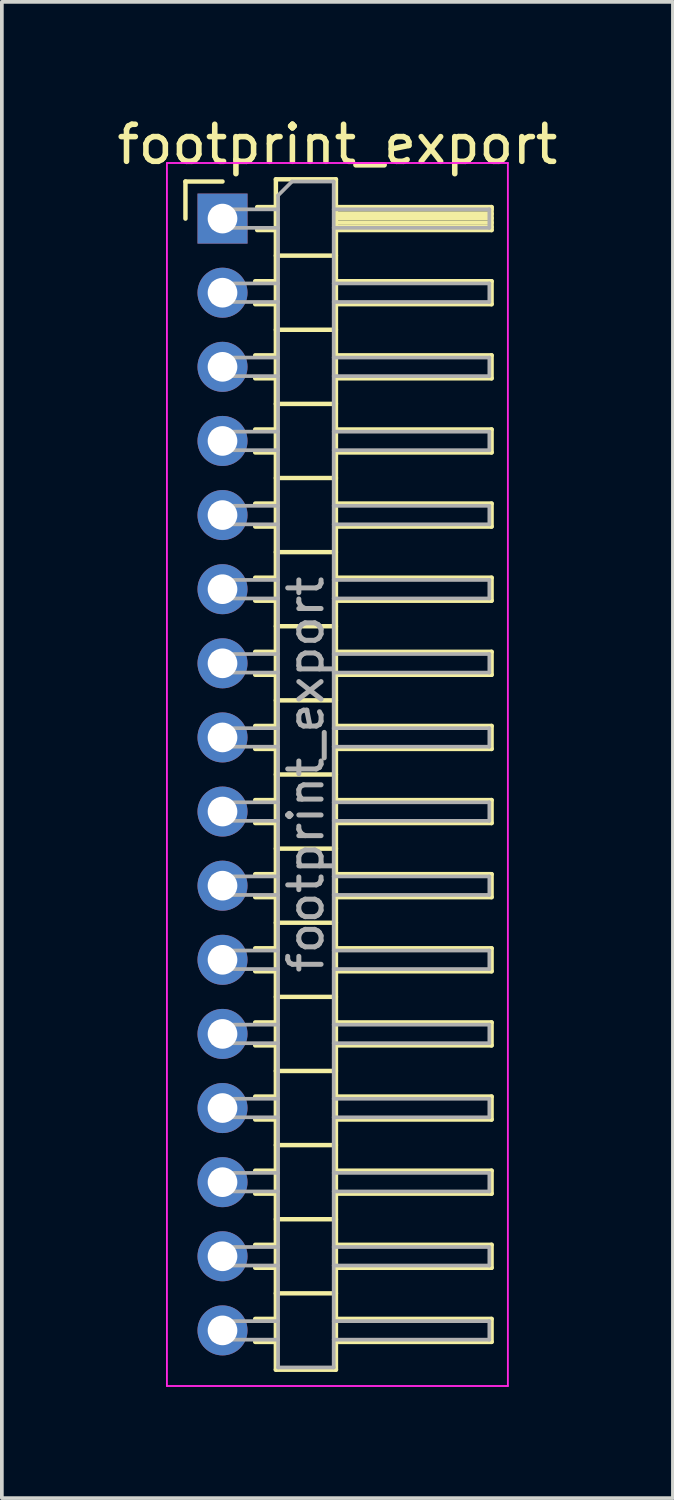
<source format=kicad_pcb>
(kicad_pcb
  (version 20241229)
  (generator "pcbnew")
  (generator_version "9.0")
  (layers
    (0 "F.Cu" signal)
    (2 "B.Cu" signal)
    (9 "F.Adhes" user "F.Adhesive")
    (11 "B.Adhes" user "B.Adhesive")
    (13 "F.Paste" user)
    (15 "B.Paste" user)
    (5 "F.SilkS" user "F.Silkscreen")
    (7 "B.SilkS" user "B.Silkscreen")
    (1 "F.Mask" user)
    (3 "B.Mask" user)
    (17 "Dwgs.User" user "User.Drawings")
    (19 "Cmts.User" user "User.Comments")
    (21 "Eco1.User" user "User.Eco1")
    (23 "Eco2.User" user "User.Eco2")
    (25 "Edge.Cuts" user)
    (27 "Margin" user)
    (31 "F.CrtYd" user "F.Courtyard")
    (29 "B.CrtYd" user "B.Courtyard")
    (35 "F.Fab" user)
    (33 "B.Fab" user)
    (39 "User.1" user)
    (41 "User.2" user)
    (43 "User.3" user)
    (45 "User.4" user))
  (footprint "footprint_export"
    (layer "F.Cu")
    (at 2.954 2.848)
    (property "Reference" "footprint_export" (at 3.1 -2 0) (layer "F.SilkS") (effects (font (size 1 1) (thickness 0.15))))
    (attr through_hole)
    (fp_line (start -1 -1) (end 0 -1) (stroke (width 0.12) (type solid)) (layer "F.SilkS"))
    (fp_line (start -1 0) (end -1 -1) (stroke (width 0.12) (type solid)) (layer "F.SilkS"))
    (fp_line (start 0.882 1.69) (end 1.44 1.69) (stroke (width 0.12) (type solid)) (layer "F.SilkS"))
    (fp_line (start 0.882 2.31) (end 1.44 2.31) (stroke (width 0.12) (type solid)) (layer "F.SilkS"))
    (fp_line (start 0.882 3.69) (end 1.44 3.69) (stroke (width 0.12) (type solid)) (layer "F.SilkS"))
    (fp_line (start 0.882 4.31) (end 1.44 4.31) (stroke (width 0.12) (type solid)) (layer "F.SilkS"))
    (fp_line (start 0.882 5.69) (end 1.44 5.69) (stroke (width 0.12) (type solid)) (layer "F.SilkS"))
    (fp_line (start 0.882 6.31) (end 1.44 6.31) (stroke (width 0.12) (type solid)) (layer "F.SilkS"))
    (fp_line (start 0.882 7.69) (end 1.44 7.69) (stroke (width 0.12) (type solid)) (layer "F.SilkS"))
    (fp_line (start 0.882 8.31) (end 1.44 8.31) (stroke (width 0.12) (type solid)) (layer "F.SilkS"))
    (fp_line (start 0.882 9.69) (end 1.44 9.69) (stroke (width 0.12) (type solid)) (layer "F.SilkS"))
    (fp_line (start 0.882 10.31) (end 1.44 10.31) (stroke (width 0.12) (type solid)) (layer "F.SilkS"))
    (fp_line (start 0.882 11.69) (end 1.44 11.69) (stroke (width 0.12) (type solid)) (layer "F.SilkS"))
    (fp_line (start 0.882 12.31) (end 1.44 12.31) (stroke (width 0.12) (type solid)) (layer "F.SilkS"))
    (fp_line (start 0.882 13.69) (end 1.44 13.69) (stroke (width 0.12) (type solid)) (layer "F.SilkS"))
    (fp_line (start 0.882 14.31) (end 1.44 14.31) (stroke (width 0.12) (type solid)) (layer "F.SilkS"))
    (fp_line (start 0.882 15.69) (end 1.44 15.69) (stroke (width 0.12) (type solid)) (layer "F.SilkS"))
    (fp_line (start 0.882 16.31) (end 1.44 16.31) (stroke (width 0.12) (type solid)) (layer "F.SilkS"))
    (fp_line (start 0.882 17.69) (end 1.44 17.69) (stroke (width 0.12) (type solid)) (layer "F.SilkS"))
    (fp_line (start 0.882 18.31) (end 1.44 18.31) (stroke (width 0.12) (type solid)) (layer "F.SilkS"))
    (fp_line (start 0.882 19.69) (end 1.44 19.69) (stroke (width 0.12) (type solid)) (layer "F.SilkS"))
    (fp_line (start 0.882 20.31) (end 1.44 20.31) (stroke (width 0.12) (type solid)) (layer "F.SilkS"))
    (fp_line (start 0.882 21.69) (end 1.44 21.69) (stroke (width 0.12) (type solid)) (layer "F.SilkS"))
    (fp_line (start 0.882 22.31) (end 1.44 22.31) (stroke (width 0.12) (type solid)) (layer "F.SilkS"))
    (fp_line (start 0.882 23.69) (end 1.44 23.69) (stroke (width 0.12) (type solid)) (layer "F.SilkS"))
    (fp_line (start 0.882 24.31) (end 1.44 24.31) (stroke (width 0.12) (type solid)) (layer "F.SilkS"))
    (fp_line (start 0.882 25.69) (end 1.44 25.69) (stroke (width 0.12) (type solid)) (layer "F.SilkS"))
    (fp_line (start 0.882 26.31) (end 1.44 26.31) (stroke (width 0.12) (type solid)) (layer "F.SilkS"))
    (fp_line (start 0.882 27.69) (end 1.44 27.69) (stroke (width 0.12) (type solid)) (layer "F.SilkS"))
    (fp_line (start 0.882 28.31) (end 1.44 28.31) (stroke (width 0.12) (type solid)) (layer "F.SilkS"))
    (fp_line (start 0.882 29.69) (end 1.44 29.69) (stroke (width 0.12) (type solid)) (layer "F.SilkS"))
    (fp_line (start 0.882 30.31) (end 1.44 30.31) (stroke (width 0.12) (type solid)) (layer "F.SilkS"))
    (fp_line (start 0.935 -0.31) (end 1.44 -0.31) (stroke (width 0.12) (type solid)) (layer "F.SilkS"))
    (fp_line (start 0.935 0.31) (end 1.44 0.31) (stroke (width 0.12) (type solid)) (layer "F.SilkS"))
    (fp_line (start 1.44 -1.06) (end 1.44 31.06) (stroke (width 0.12) (type solid)) (layer "F.SilkS"))
    (fp_line (start 1.44 1) (end 3.06 1) (stroke (width 0.12) (type solid)) (layer "F.SilkS"))
    (fp_line (start 1.44 3) (end 3.06 3) (stroke (width 0.12) (type solid)) (layer "F.SilkS"))
    (fp_line (start 1.44 5) (end 3.06 5) (stroke (width 0.12) (type solid)) (layer "F.SilkS"))
    (fp_line (start 1.44 7) (end 3.06 7) (stroke (width 0.12) (type solid)) (layer "F.SilkS"))
    (fp_line (start 1.44 9) (end 3.06 9) (stroke (width 0.12) (type solid)) (layer "F.SilkS"))
    (fp_line (start 1.44 11) (end 3.06 11) (stroke (width 0.12) (type solid)) (layer "F.SilkS"))
    (fp_line (start 1.44 13) (end 3.06 13) (stroke (width 0.12) (type solid)) (layer "F.SilkS"))
    (fp_line (start 1.44 15) (end 3.06 15) (stroke (width 0.12) (type solid)) (layer "F.SilkS"))
    (fp_line (start 1.44 17) (end 3.06 17) (stroke (width 0.12) (type solid)) (layer "F.SilkS"))
    (fp_line (start 1.44 19) (end 3.06 19) (stroke (width 0.12) (type solid)) (layer "F.SilkS"))
    (fp_line (start 1.44 21) (end 3.06 21) (stroke (width 0.12) (type solid)) (layer "F.SilkS"))
    (fp_line (start 1.44 23) (end 3.06 23) (stroke (width 0.12) (type solid)) (layer "F.SilkS"))
    (fp_line (start 1.44 25) (end 3.06 25) (stroke (width 0.12) (type solid)) (layer "F.SilkS"))
    (fp_line (start 1.44 27) (end 3.06 27) (stroke (width 0.12) (type solid)) (layer "F.SilkS"))
    (fp_line (start 1.44 29) (end 3.06 29) (stroke (width 0.12) (type solid)) (layer "F.SilkS"))
    (fp_line (start 1.44 31.06) (end 3.06 31.06) (stroke (width 0.12) (type solid)) (layer "F.SilkS"))
    (fp_line (start 3.06 -1.06) (end 1.44 -1.06) (stroke (width 0.12) (type solid)) (layer "F.SilkS"))
    (fp_line (start 3.06 -0.31) (end 7.26 -0.31) (stroke (width 0.12) (type solid)) (layer "F.SilkS"))
    (fp_line (start 3.06 -0.25) (end 7.26 -0.25) (stroke (width 0.12) (type solid)) (layer "F.SilkS"))
    (fp_line (start 3.06 -0.13) (end 7.26 -0.13) (stroke (width 0.12) (type solid)) (layer "F.SilkS"))
    (fp_line (start 3.06 -0.01) (end 7.26 -0.01) (stroke (width 0.12) (type solid)) (layer "F.SilkS"))
    (fp_line (start 3.06 0.11) (end 7.26 0.11) (stroke (width 0.12) (type solid)) (layer "F.SilkS"))
    (fp_line (start 3.06 0.23) (end 7.26 0.23) (stroke (width 0.12) (type solid)) (layer "F.SilkS"))
    (fp_line (start 3.06 1.69) (end 7.26 1.69) (stroke (width 0.12) (type solid)) (layer "F.SilkS"))
    (fp_line (start 3.06 3.69) (end 7.26 3.69) (stroke (width 0.12) (type solid)) (layer "F.SilkS"))
    (fp_line (start 3.06 5.69) (end 7.26 5.69) (stroke (width 0.12) (type solid)) (layer "F.SilkS"))
    (fp_line (start 3.06 7.69) (end 7.26 7.69) (stroke (width 0.12) (type solid)) (layer "F.SilkS"))
    (fp_line (start 3.06 9.69) (end 7.26 9.69) (stroke (width 0.12) (type solid)) (layer "F.SilkS"))
    (fp_line (start 3.06 11.69) (end 7.26 11.69) (stroke (width 0.12) (type solid)) (layer "F.SilkS"))
    (fp_line (start 3.06 13.69) (end 7.26 13.69) (stroke (width 0.12) (type solid)) (layer "F.SilkS"))
    (fp_line (start 3.06 15.69) (end 7.26 15.69) (stroke (width 0.12) (type solid)) (layer "F.SilkS"))
    (fp_line (start 3.06 17.69) (end 7.26 17.69) (stroke (width 0.12) (type solid)) (layer "F.SilkS"))
    (fp_line (start 3.06 19.69) (end 7.26 19.69) (stroke (width 0.12) (type solid)) (layer "F.SilkS"))
    (fp_line (start 3.06 21.69) (end 7.26 21.69) (stroke (width 0.12) (type solid)) (layer "F.SilkS"))
    (fp_line (start 3.06 23.69) (end 7.26 23.69) (stroke (width 0.12) (type solid)) (layer "F.SilkS"))
    (fp_line (start 3.06 25.69) (end 7.26 25.69) (stroke (width 0.12) (type solid)) (layer "F.SilkS"))
    (fp_line (start 3.06 27.69) (end 7.26 27.69) (stroke (width 0.12) (type solid)) (layer "F.SilkS"))
    (fp_line (start 3.06 29.69) (end 7.26 29.69) (stroke (width 0.12) (type solid)) (layer "F.SilkS"))
    (fp_line (start 3.06 31.06) (end 3.06 -1.06) (stroke (width 0.12) (type solid)) (layer "F.SilkS"))
    (fp_line (start 7.26 -0.31) (end 7.26 0.31) (stroke (width 0.12) (type solid)) (layer "F.SilkS"))
    (fp_line (start 7.26 0.31) (end 3.06 0.31) (stroke (width 0.12) (type solid)) (layer "F.SilkS"))
    (fp_line (start 7.26 1.69) (end 7.26 2.31) (stroke (width 0.12) (type solid)) (layer "F.SilkS"))
    (fp_line (start 7.26 2.31) (end 3.06 2.31) (stroke (width 0.12) (type solid)) (layer "F.SilkS"))
    (fp_line (start 7.26 3.69) (end 7.26 4.31) (stroke (width 0.12) (type solid)) (layer "F.SilkS"))
    (fp_line (start 7.26 4.31) (end 3.06 4.31) (stroke (width 0.12) (type solid)) (layer "F.SilkS"))
    (fp_line (start 7.26 5.69) (end 7.26 6.31) (stroke (width 0.12) (type solid)) (layer "F.SilkS"))
    (fp_line (start 7.26 6.31) (end 3.06 6.31) (stroke (width 0.12) (type solid)) (layer "F.SilkS"))
    (fp_line (start 7.26 7.69) (end 7.26 8.31) (stroke (width 0.12) (type solid)) (layer "F.SilkS"))
    (fp_line (start 7.26 8.31) (end 3.06 8.31) (stroke (width 0.12) (type solid)) (layer "F.SilkS"))
    (fp_line (start 7.26 9.69) (end 7.26 10.31) (stroke (width 0.12) (type solid)) (layer "F.SilkS"))
    (fp_line (start 7.26 10.31) (end 3.06 10.31) (stroke (width 0.12) (type solid)) (layer "F.SilkS"))
    (fp_line (start 7.26 11.69) (end 7.26 12.31) (stroke (width 0.12) (type solid)) (layer "F.SilkS"))
    (fp_line (start 7.26 12.31) (end 3.06 12.31) (stroke (width 0.12) (type solid)) (layer "F.SilkS"))
    (fp_line (start 7.26 13.69) (end 7.26 14.31) (stroke (width 0.12) (type solid)) (layer "F.SilkS"))
    (fp_line (start 7.26 14.31) (end 3.06 14.31) (stroke (width 0.12) (type solid)) (layer "F.SilkS"))
    (fp_line (start 7.26 15.69) (end 7.26 16.31) (stroke (width 0.12) (type solid)) (layer "F.SilkS"))
    (fp_line (start 7.26 16.31) (end 3.06 16.31) (stroke (width 0.12) (type solid)) (layer "F.SilkS"))
    (fp_line (start 7.26 17.69) (end 7.26 18.31) (stroke (width 0.12) (type solid)) (layer "F.SilkS"))
    (fp_line (start 7.26 18.31) (end 3.06 18.31) (stroke (width 0.12) (type solid)) (layer "F.SilkS"))
    (fp_line (start 7.26 19.69) (end 7.26 20.31) (stroke (width 0.12) (type solid)) (layer "F.SilkS"))
    (fp_line (start 7.26 20.31) (end 3.06 20.31) (stroke (width 0.12) (type solid)) (layer "F.SilkS"))
    (fp_line (start 7.26 21.69) (end 7.26 22.31) (stroke (width 0.12) (type solid)) (layer "F.SilkS"))
    (fp_line (start 7.26 22.31) (end 3.06 22.31) (stroke (width 0.12) (type solid)) (layer "F.SilkS"))
    (fp_line (start 7.26 23.69) (end 7.26 24.31) (stroke (width 0.12) (type solid)) (layer "F.SilkS"))
    (fp_line (start 7.26 24.31) (end 3.06 24.31) (stroke (width 0.12) (type solid)) (layer "F.SilkS"))
    (fp_line (start 7.26 25.69) (end 7.26 26.31) (stroke (width 0.12) (type solid)) (layer "F.SilkS"))
    (fp_line (start 7.26 26.31) (end 3.06 26.31) (stroke (width 0.12) (type solid)) (layer "F.SilkS"))
    (fp_line (start 7.26 27.69) (end 7.26 28.31) (stroke (width 0.12) (type solid)) (layer "F.SilkS"))
    (fp_line (start 7.26 28.31) (end 3.06 28.31) (stroke (width 0.12) (type solid)) (layer "F.SilkS"))
    (fp_line (start 7.26 29.69) (end 7.26 30.31) (stroke (width 0.12) (type solid)) (layer "F.SilkS"))
    (fp_line (start 7.26 30.31) (end 3.06 30.31) (stroke (width 0.12) (type solid)) (layer "F.SilkS"))
    (fp_line (start -1.5 -1.5) (end -1.5 31.5) (stroke (width 0.05) (type solid)) (layer "F.CrtYd"))
    (fp_line (start -1.5 31.5) (end 7.7 31.5) (stroke (width 0.05) (type solid)) (layer "F.CrtYd"))
    (fp_line (start 7.7 -1.5) (end -1.5 -1.5) (stroke (width 0.05) (type solid)) (layer "F.CrtYd"))
    (fp_line (start 7.7 31.5) (end 7.7 -1.5) (stroke (width 0.05) (type solid)) (layer "F.CrtYd"))
    (fp_line (start -0.25 -0.25) (end -0.25 0.25) (stroke (width 0.1) (type solid)) (layer "F.Fab"))
    (fp_line (start -0.25 -0.25) (end 1.5 -0.25) (stroke (width 0.1) (type solid)) (layer "F.Fab"))
    (fp_line (start -0.25 0.25) (end 1.5 0.25) (stroke (width 0.1) (type solid)) (layer "F.Fab"))
    (fp_line (start -0.25 1.75) (end -0.25 2.25) (stroke (width 0.1) (type solid)) (layer "F.Fab"))
    (fp_line (start -0.25 1.75) (end 1.5 1.75) (stroke (width 0.1) (type solid)) (layer "F.Fab"))
    (fp_line (start -0.25 2.25) (end 1.5 2.25) (stroke (width 0.1) (type solid)) (layer "F.Fab"))
    (fp_line (start -0.25 3.75) (end -0.25 4.25) (stroke (width 0.1) (type solid)) (layer "F.Fab"))
    (fp_line (start -0.25 3.75) (end 1.5 3.75) (stroke (width 0.1) (type solid)) (layer "F.Fab"))
    (fp_line (start -0.25 4.25) (end 1.5 4.25) (stroke (width 0.1) (type solid)) (layer "F.Fab"))
    (fp_line (start -0.25 5.75) (end -0.25 6.25) (stroke (width 0.1) (type solid)) (layer "F.Fab"))
    (fp_line (start -0.25 5.75) (end 1.5 5.75) (stroke (width 0.1) (type solid)) (layer "F.Fab"))
    (fp_line (start -0.25 6.25) (end 1.5 6.25) (stroke (width 0.1) (type solid)) (layer "F.Fab"))
    (fp_line (start -0.25 7.75) (end -0.25 8.25) (stroke (width 0.1) (type solid)) (layer "F.Fab"))
    (fp_line (start -0.25 7.75) (end 1.5 7.75) (stroke (width 0.1) (type solid)) (layer "F.Fab"))
    (fp_line (start -0.25 8.25) (end 1.5 8.25) (stroke (width 0.1) (type solid)) (layer "F.Fab"))
    (fp_line (start -0.25 9.75) (end -0.25 10.25) (stroke (width 0.1) (type solid)) (layer "F.Fab"))
    (fp_line (start -0.25 9.75) (end 1.5 9.75) (stroke (width 0.1) (type solid)) (layer "F.Fab"))
    (fp_line (start -0.25 10.25) (end 1.5 10.25) (stroke (width 0.1) (type solid)) (layer "F.Fab"))
    (fp_line (start -0.25 11.75) (end -0.25 12.25) (stroke (width 0.1) (type solid)) (layer "F.Fab"))
    (fp_line (start -0.25 11.75) (end 1.5 11.75) (stroke (width 0.1) (type solid)) (layer "F.Fab"))
    (fp_line (start -0.25 12.25) (end 1.5 12.25) (stroke (width 0.1) (type solid)) (layer "F.Fab"))
    (fp_line (start -0.25 13.75) (end -0.25 14.25) (stroke (width 0.1) (type solid)) (layer "F.Fab"))
    (fp_line (start -0.25 13.75) (end 1.5 13.75) (stroke (width 0.1) (type solid)) (layer "F.Fab"))
    (fp_line (start -0.25 14.25) (end 1.5 14.25) (stroke (width 0.1) (type solid)) (layer "F.Fab"))
    (fp_line (start -0.25 15.75) (end -0.25 16.25) (stroke (width 0.1) (type solid)) (layer "F.Fab"))
    (fp_line (start -0.25 15.75) (end 1.5 15.75) (stroke (width 0.1) (type solid)) (layer "F.Fab"))
    (fp_line (start -0.25 16.25) (end 1.5 16.25) (stroke (width 0.1) (type solid)) (layer "F.Fab"))
    (fp_line (start -0.25 17.75) (end -0.25 18.25) (stroke (width 0.1) (type solid)) (layer "F.Fab"))
    (fp_line (start -0.25 17.75) (end 1.5 17.75) (stroke (width 0.1) (type solid)) (layer "F.Fab"))
    (fp_line (start -0.25 18.25) (end 1.5 18.25) (stroke (width 0.1) (type solid)) (layer "F.Fab"))
    (fp_line (start -0.25 19.75) (end -0.25 20.25) (stroke (width 0.1) (type solid)) (layer "F.Fab"))
    (fp_line (start -0.25 19.75) (end 1.5 19.75) (stroke (width 0.1) (type solid)) (layer "F.Fab"))
    (fp_line (start -0.25 20.25) (end 1.5 20.25) (stroke (width 0.1) (type solid)) (layer "F.Fab"))
    (fp_line (start -0.25 21.75) (end -0.25 22.25) (stroke (width 0.1) (type solid)) (layer "F.Fab"))
    (fp_line (start -0.25 21.75) (end 1.5 21.75) (stroke (width 0.1) (type solid)) (layer "F.Fab"))
    (fp_line (start -0.25 22.25) (end 1.5 22.25) (stroke (width 0.1) (type solid)) (layer "F.Fab"))
    (fp_line (start -0.25 23.75) (end -0.25 24.25) (stroke (width 0.1) (type solid)) (layer "F.Fab"))
    (fp_line (start -0.25 23.75) (end 1.5 23.75) (stroke (width 0.1) (type solid)) (layer "F.Fab"))
    (fp_line (start -0.25 24.25) (end 1.5 24.25) (stroke (width 0.1) (type solid)) (layer "F.Fab"))
    (fp_line (start -0.25 25.75) (end -0.25 26.25) (stroke (width 0.1) (type solid)) (layer "F.Fab"))
    (fp_line (start -0.25 25.75) (end 1.5 25.75) (stroke (width 0.1) (type solid)) (layer "F.Fab"))
    (fp_line (start -0.25 26.25) (end 1.5 26.25) (stroke (width 0.1) (type solid)) (layer "F.Fab"))
    (fp_line (start -0.25 27.75) (end -0.25 28.25) (stroke (width 0.1) (type solid)) (layer "F.Fab"))
    (fp_line (start -0.25 27.75) (end 1.5 27.75) (stroke (width 0.1) (type solid)) (layer "F.Fab"))
    (fp_line (start -0.25 28.25) (end 1.5 28.25) (stroke (width 0.1) (type solid)) (layer "F.Fab"))
    (fp_line (start -0.25 29.75) (end -0.25 30.25) (stroke (width 0.1) (type solid)) (layer "F.Fab"))
    (fp_line (start -0.25 29.75) (end 1.5 29.75) (stroke (width 0.1) (type solid)) (layer "F.Fab"))
    (fp_line (start -0.25 30.25) (end 1.5 30.25) (stroke (width 0.1) (type solid)) (layer "F.Fab"))
    (fp_line (start 1.5 -0.625) (end 1.875 -1) (stroke (width 0.1) (type solid)) (layer "F.Fab"))
    (fp_line (start 1.5 31) (end 1.5 -0.625) (stroke (width 0.1) (type solid)) (layer "F.Fab"))
    (fp_line (start 1.875 -1) (end 3 -1) (stroke (width 0.1) (type solid)) (layer "F.Fab"))
    (fp_line (start 3 -1) (end 3 31) (stroke (width 0.1) (type solid)) (layer "F.Fab"))
    (fp_line (start 3 -0.25) (end 7.2 -0.25) (stroke (width 0.1) (type solid)) (layer "F.Fab"))
    (fp_line (start 3 0.25) (end 7.2 0.25) (stroke (width 0.1) (type solid)) (layer "F.Fab"))
    (fp_line (start 3 1.75) (end 7.2 1.75) (stroke (width 0.1) (type solid)) (layer "F.Fab"))
    (fp_line (start 3 2.25) (end 7.2 2.25) (stroke (width 0.1) (type solid)) (layer "F.Fab"))
    (fp_line (start 3 3.75) (end 7.2 3.75) (stroke (width 0.1) (type solid)) (layer "F.Fab"))
    (fp_line (start 3 4.25) (end 7.2 4.25) (stroke (width 0.1) (type solid)) (layer "F.Fab"))
    (fp_line (start 3 5.75) (end 7.2 5.75) (stroke (width 0.1) (type solid)) (layer "F.Fab"))
    (fp_line (start 3 6.25) (end 7.2 6.25) (stroke (width 0.1) (type solid)) (layer "F.Fab"))
    (fp_line (start 3 7.75) (end 7.2 7.75) (stroke (width 0.1) (type solid)) (layer "F.Fab"))
    (fp_line (start 3 8.25) (end 7.2 8.25) (stroke (width 0.1) (type solid)) (layer "F.Fab"))
    (fp_line (start 3 9.75) (end 7.2 9.75) (stroke (width 0.1) (type solid)) (layer "F.Fab"))
    (fp_line (start 3 10.25) (end 7.2 10.25) (stroke (width 0.1) (type solid)) (layer "F.Fab"))
    (fp_line (start 3 11.75) (end 7.2 11.75) (stroke (width 0.1) (type solid)) (layer "F.Fab"))
    (fp_line (start 3 12.25) (end 7.2 12.25) (stroke (width 0.1) (type solid)) (layer "F.Fab"))
    (fp_line (start 3 13.75) (end 7.2 13.75) (stroke (width 0.1) (type solid)) (layer "F.Fab"))
    (fp_line (start 3 14.25) (end 7.2 14.25) (stroke (width 0.1) (type solid)) (layer "F.Fab"))
    (fp_line (start 3 15.75) (end 7.2 15.75) (stroke (width 0.1) (type solid)) (layer "F.Fab"))
    (fp_line (start 3 16.25) (end 7.2 16.25) (stroke (width 0.1) (type solid)) (layer "F.Fab"))
    (fp_line (start 3 17.75) (end 7.2 17.75) (stroke (width 0.1) (type solid)) (layer "F.Fab"))
    (fp_line (start 3 18.25) (end 7.2 18.25) (stroke (width 0.1) (type solid)) (layer "F.Fab"))
    (fp_line (start 3 19.75) (end 7.2 19.75) (stroke (width 0.1) (type solid)) (layer "F.Fab"))
    (fp_line (start 3 20.25) (end 7.2 20.25) (stroke (width 0.1) (type solid)) (layer "F.Fab"))
    (fp_line (start 3 21.75) (end 7.2 21.75) (stroke (width 0.1) (type solid)) (layer "F.Fab"))
    (fp_line (start 3 22.25) (end 7.2 22.25) (stroke (width 0.1) (type solid)) (layer "F.Fab"))
    (fp_line (start 3 23.75) (end 7.2 23.75) (stroke (width 0.1) (type solid)) (layer "F.Fab"))
    (fp_line (start 3 24.25) (end 7.2 24.25) (stroke (width 0.1) (type solid)) (layer "F.Fab"))
    (fp_line (start 3 25.75) (end 7.2 25.75) (stroke (width 0.1) (type solid)) (layer "F.Fab"))
    (fp_line (start 3 26.25) (end 7.2 26.25) (stroke (width 0.1) (type solid)) (layer "F.Fab"))
    (fp_line (start 3 27.75) (end 7.2 27.75) (stroke (width 0.1) (type solid)) (layer "F.Fab"))
    (fp_line (start 3 28.25) (end 7.2 28.25) (stroke (width 0.1) (type solid)) (layer "F.Fab"))
    (fp_line (start 3 29.75) (end 7.2 29.75) (stroke (width 0.1) (type solid)) (layer "F.Fab"))
    (fp_line (start 3 30.25) (end 7.2 30.25) (stroke (width 0.1) (type solid)) (layer "F.Fab"))
    (fp_line (start 3 31) (end 1.5 31) (stroke (width 0.1) (type solid)) (layer "F.Fab"))
    (fp_line (start 7.2 -0.25) (end 7.2 0.25) (stroke (width 0.1) (type solid)) (layer "F.Fab"))
    (fp_line (start 7.2 1.75) (end 7.2 2.25) (stroke (width 0.1) (type solid)) (layer "F.Fab"))
    (fp_line (start 7.2 3.75) (end 7.2 4.25) (stroke (width 0.1) (type solid)) (layer "F.Fab"))
    (fp_line (start 7.2 5.75) (end 7.2 6.25) (stroke (width 0.1) (type solid)) (layer "F.Fab"))
    (fp_line (start 7.2 7.75) (end 7.2 8.25) (stroke (width 0.1) (type solid)) (layer "F.Fab"))
    (fp_line (start 7.2 9.75) (end 7.2 10.25) (stroke (width 0.1) (type solid)) (layer "F.Fab"))
    (fp_line (start 7.2 11.75) (end 7.2 12.25) (stroke (width 0.1) (type solid)) (layer "F.Fab"))
    (fp_line (start 7.2 13.75) (end 7.2 14.25) (stroke (width 0.1) (type solid)) (layer "F.Fab"))
    (fp_line (start 7.2 15.75) (end 7.2 16.25) (stroke (width 0.1) (type solid)) (layer "F.Fab"))
    (fp_line (start 7.2 17.75) (end 7.2 18.25) (stroke (width 0.1) (type solid)) (layer "F.Fab"))
    (fp_line (start 7.2 19.75) (end 7.2 20.25) (stroke (width 0.1) (type solid)) (layer "F.Fab"))
    (fp_line (start 7.2 21.75) (end 7.2 22.25) (stroke (width 0.1) (type solid)) (layer "F.Fab"))
    (fp_line (start 7.2 23.75) (end 7.2 24.25) (stroke (width 0.1) (type solid)) (layer "F.Fab"))
    (fp_line (start 7.2 25.75) (end 7.2 26.25) (stroke (width 0.1) (type solid)) (layer "F.Fab"))
    (fp_line (start 7.2 27.75) (end 7.2 28.25) (stroke (width 0.1) (type solid)) (layer "F.Fab"))
    (fp_line (start 7.2 29.75) (end 7.2 30.25) (stroke (width 0.1) (type solid)) (layer "F.Fab"))
    (fp_text user "${REFERENCE}" (at 2.25 15 90) (layer "F.Fab") (effects (font (size 0.9 0.9) (thickness 0.135))))
    (pad "1" thru_hole rect (at 0 0) (size 1.35 1.35) (drill 0.8) (layers "*.Cu" "*.Mask"))
    (pad "2" thru_hole oval (at 0 2) (size 1.35 1.35) (drill 0.8) (layers "*.Cu" "*.Mask"))
    (pad "3" thru_hole oval (at 0 4) (size 1.35 1.35) (drill 0.8) (layers "*.Cu" "*.Mask"))
    (pad "4" thru_hole oval (at 0 6) (size 1.35 1.35) (drill 0.8) (layers "*.Cu" "*.Mask"))
    (pad "5" thru_hole oval (at 0 8) (size 1.35 1.35) (drill 0.8) (layers "*.Cu" "*.Mask"))
    (pad "6" thru_hole oval (at 0 10) (size 1.35 1.35) (drill 0.8) (layers "*.Cu" "*.Mask"))
    (pad "7" thru_hole oval (at 0 12) (size 1.35 1.35) (drill 0.8) (layers "*.Cu" "*.Mask"))
    (pad "8" thru_hole oval (at 0 14) (size 1.35 1.35) (drill 0.8) (layers "*.Cu" "*.Mask"))
    (pad "9" thru_hole oval (at 0 16) (size 1.35 1.35) (drill 0.8) (layers "*.Cu" "*.Mask"))
    (pad "10" thru_hole oval (at 0 18) (size 1.35 1.35) (drill 0.8) (layers "*.Cu" "*.Mask"))
    (pad "11" thru_hole oval (at 0 20) (size 1.35 1.35) (drill 0.8) (layers "*.Cu" "*.Mask"))
    (pad "12" thru_hole oval (at 0 22) (size 1.35 1.35) (drill 0.8) (layers "*.Cu" "*.Mask"))
    (pad "13" thru_hole oval (at 0 24) (size 1.35 1.35) (drill 0.8) (layers "*.Cu" "*.Mask"))
    (pad "14" thru_hole oval (at 0 26) (size 1.35 1.35) (drill 0.8) (layers "*.Cu" "*.Mask"))
    (pad "15" thru_hole oval (at 0 28) (size 1.35 1.35) (drill 0.8) (layers "*.Cu" "*.Mask"))
    (pad "16" thru_hole oval (at 0 30) (size 1.35 1.35) (drill 0.8) (layers "*.Cu" "*.Mask")))
  (gr_rect
    (start -3 -3)
    (end 15.107 37.373)
    (stroke (width 0.1) (type default))
    (fill no)
    (layer "Edge.Cuts")))
</source>
